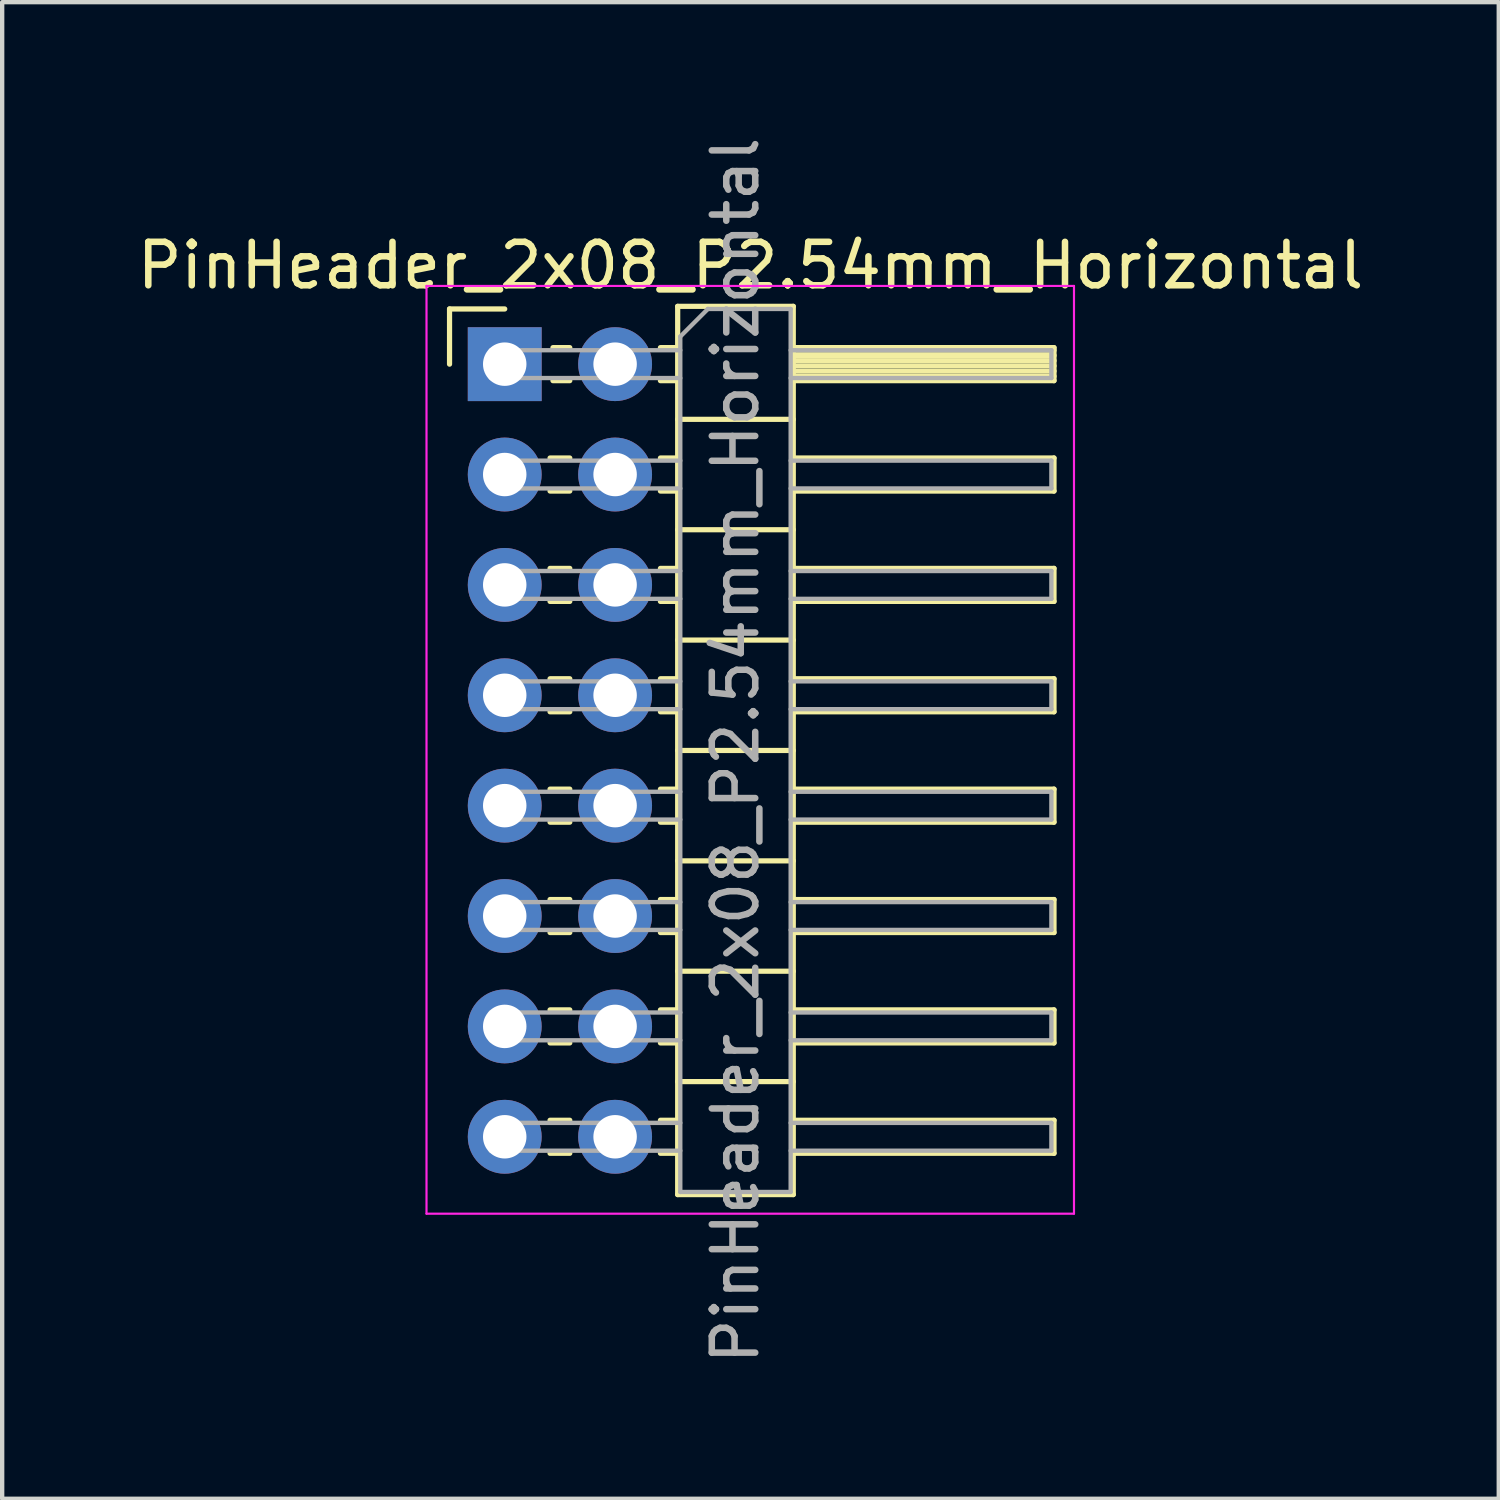
<source format=kicad_pcb>
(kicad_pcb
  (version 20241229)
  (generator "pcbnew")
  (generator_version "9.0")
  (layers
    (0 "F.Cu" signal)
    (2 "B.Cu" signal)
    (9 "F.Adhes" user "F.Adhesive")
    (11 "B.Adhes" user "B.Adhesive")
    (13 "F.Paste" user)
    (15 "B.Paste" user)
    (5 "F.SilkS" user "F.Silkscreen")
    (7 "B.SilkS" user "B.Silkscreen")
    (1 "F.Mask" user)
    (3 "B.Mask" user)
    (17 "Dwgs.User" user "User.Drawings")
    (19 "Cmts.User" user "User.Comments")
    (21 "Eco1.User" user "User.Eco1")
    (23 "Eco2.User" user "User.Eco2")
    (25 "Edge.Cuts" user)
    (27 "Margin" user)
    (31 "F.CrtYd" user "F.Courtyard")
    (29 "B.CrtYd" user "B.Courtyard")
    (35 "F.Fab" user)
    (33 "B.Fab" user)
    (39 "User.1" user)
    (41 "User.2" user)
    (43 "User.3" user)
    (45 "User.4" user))
  (footprint "PinHeader_2x08_P2.54mm_Horizontal"
    (layer "F.Cu")
    (at 9.835 14.22)
    (property "Reference" "PinHeader_2x08_P2.54mm_Horizontal" (at 4.385 -11.16 0) (layer "F.SilkS") (effects (font (size 1 1) (thickness 0.15))))
    (attr through_hole)
    (fp_line (start -2.54 -10.16) (end -1.27 -10.16) (stroke (width 0.12) (type solid)) (layer "F.SilkS"))
    (fp_line (start -2.54 -8.89) (end -2.54 -10.16) (stroke (width 0.12) (type solid)) (layer "F.SilkS"))
    (fp_line (start -0.227 -6.73) (end 0.227 -6.73) (stroke (width 0.12) (type solid)) (layer "F.SilkS"))
    (fp_line (start -0.227 -5.97) (end 0.227 -5.97) (stroke (width 0.12) (type solid)) (layer "F.SilkS"))
    (fp_line (start -0.227 -4.19) (end 0.227 -4.19) (stroke (width 0.12) (type solid)) (layer "F.SilkS"))
    (fp_line (start -0.227 -3.43) (end 0.227 -3.43) (stroke (width 0.12) (type solid)) (layer "F.SilkS"))
    (fp_line (start -0.227 -1.65) (end 0.227 -1.65) (stroke (width 0.12) (type solid)) (layer "F.SilkS"))
    (fp_line (start -0.227 -0.89) (end 0.227 -0.89) (stroke (width 0.12) (type solid)) (layer "F.SilkS"))
    (fp_line (start -0.227 0.89) (end 0.227 0.89) (stroke (width 0.12) (type solid)) (layer "F.SilkS"))
    (fp_line (start -0.227 1.65) (end 0.227 1.65) (stroke (width 0.12) (type solid)) (layer "F.SilkS"))
    (fp_line (start -0.227 3.43) (end 0.227 3.43) (stroke (width 0.12) (type solid)) (layer "F.SilkS"))
    (fp_line (start -0.227 4.19) (end 0.227 4.19) (stroke (width 0.12) (type solid)) (layer "F.SilkS"))
    (fp_line (start -0.227 5.97) (end 0.227 5.97) (stroke (width 0.12) (type solid)) (layer "F.SilkS"))
    (fp_line (start -0.227 6.73) (end 0.227 6.73) (stroke (width 0.12) (type solid)) (layer "F.SilkS"))
    (fp_line (start -0.227 8.51) (end 0.227 8.51) (stroke (width 0.12) (type solid)) (layer "F.SilkS"))
    (fp_line (start -0.227 9.27) (end 0.227 9.27) (stroke (width 0.12) (type solid)) (layer "F.SilkS"))
    (fp_line (start -0.16 -9.27) (end 0.227 -9.27) (stroke (width 0.12) (type solid)) (layer "F.SilkS"))
    (fp_line (start -0.16 -8.51) (end 0.227 -8.51) (stroke (width 0.12) (type solid)) (layer "F.SilkS"))
    (fp_line (start 2.313 -9.27) (end 2.71 -9.27) (stroke (width 0.12) (type solid)) (layer "F.SilkS"))
    (fp_line (start 2.313 -8.51) (end 2.71 -8.51) (stroke (width 0.12) (type solid)) (layer "F.SilkS"))
    (fp_line (start 2.313 -6.73) (end 2.71 -6.73) (stroke (width 0.12) (type solid)) (layer "F.SilkS"))
    (fp_line (start 2.313 -5.97) (end 2.71 -5.97) (stroke (width 0.12) (type solid)) (layer "F.SilkS"))
    (fp_line (start 2.313 -4.19) (end 2.71 -4.19) (stroke (width 0.12) (type solid)) (layer "F.SilkS"))
    (fp_line (start 2.313 -3.43) (end 2.71 -3.43) (stroke (width 0.12) (type solid)) (layer "F.SilkS"))
    (fp_line (start 2.313 -1.65) (end 2.71 -1.65) (stroke (width 0.12) (type solid)) (layer "F.SilkS"))
    (fp_line (start 2.313 -0.89) (end 2.71 -0.89) (stroke (width 0.12) (type solid)) (layer "F.SilkS"))
    (fp_line (start 2.313 0.89) (end 2.71 0.89) (stroke (width 0.12) (type solid)) (layer "F.SilkS"))
    (fp_line (start 2.313 1.65) (end 2.71 1.65) (stroke (width 0.12) (type solid)) (layer "F.SilkS"))
    (fp_line (start 2.313 3.43) (end 2.71 3.43) (stroke (width 0.12) (type solid)) (layer "F.SilkS"))
    (fp_line (start 2.313 4.19) (end 2.71 4.19) (stroke (width 0.12) (type solid)) (layer "F.SilkS"))
    (fp_line (start 2.313 5.97) (end 2.71 5.97) (stroke (width 0.12) (type solid)) (layer "F.SilkS"))
    (fp_line (start 2.313 6.73) (end 2.71 6.73) (stroke (width 0.12) (type solid)) (layer "F.SilkS"))
    (fp_line (start 2.313 8.51) (end 2.71 8.51) (stroke (width 0.12) (type solid)) (layer "F.SilkS"))
    (fp_line (start 2.313 9.27) (end 2.71 9.27) (stroke (width 0.12) (type solid)) (layer "F.SilkS"))
    (fp_line (start 2.71 -10.22) (end 2.71 10.22) (stroke (width 0.12) (type solid)) (layer "F.SilkS"))
    (fp_line (start 2.71 -7.62) (end 5.37 -7.62) (stroke (width 0.12) (type solid)) (layer "F.SilkS"))
    (fp_line (start 2.71 -5.08) (end 5.37 -5.08) (stroke (width 0.12) (type solid)) (layer "F.SilkS"))
    (fp_line (start 2.71 -2.54) (end 5.37 -2.54) (stroke (width 0.12) (type solid)) (layer "F.SilkS"))
    (fp_line (start 2.71 0) (end 5.37 0) (stroke (width 0.12) (type solid)) (layer "F.SilkS"))
    (fp_line (start 2.71 2.54) (end 5.37 2.54) (stroke (width 0.12) (type solid)) (layer "F.SilkS"))
    (fp_line (start 2.71 5.08) (end 5.37 5.08) (stroke (width 0.12) (type solid)) (layer "F.SilkS"))
    (fp_line (start 2.71 7.62) (end 5.37 7.62) (stroke (width 0.12) (type solid)) (layer "F.SilkS"))
    (fp_line (start 2.71 10.22) (end 5.37 10.22) (stroke (width 0.12) (type solid)) (layer "F.SilkS"))
    (fp_line (start 5.37 -10.22) (end 2.71 -10.22) (stroke (width 0.12) (type solid)) (layer "F.SilkS"))
    (fp_line (start 5.37 -9.27) (end 11.37 -9.27) (stroke (width 0.12) (type solid)) (layer "F.SilkS"))
    (fp_line (start 5.37 -9.21) (end 11.37 -9.21) (stroke (width 0.12) (type solid)) (layer "F.SilkS"))
    (fp_line (start 5.37 -9.09) (end 11.37 -9.09) (stroke (width 0.12) (type solid)) (layer "F.SilkS"))
    (fp_line (start 5.37 -8.97) (end 11.37 -8.97) (stroke (width 0.12) (type solid)) (layer "F.SilkS"))
    (fp_line (start 5.37 -8.85) (end 11.37 -8.85) (stroke (width 0.12) (type solid)) (layer "F.SilkS"))
    (fp_line (start 5.37 -8.73) (end 11.37 -8.73) (stroke (width 0.12) (type solid)) (layer "F.SilkS"))
    (fp_line (start 5.37 -8.61) (end 11.37 -8.61) (stroke (width 0.12) (type solid)) (layer "F.SilkS"))
    (fp_line (start 5.37 -6.73) (end 11.37 -6.73) (stroke (width 0.12) (type solid)) (layer "F.SilkS"))
    (fp_line (start 5.37 -4.19) (end 11.37 -4.19) (stroke (width 0.12) (type solid)) (layer "F.SilkS"))
    (fp_line (start 5.37 -1.65) (end 11.37 -1.65) (stroke (width 0.12) (type solid)) (layer "F.SilkS"))
    (fp_line (start 5.37 0.89) (end 11.37 0.89) (stroke (width 0.12) (type solid)) (layer "F.SilkS"))
    (fp_line (start 5.37 3.43) (end 11.37 3.43) (stroke (width 0.12) (type solid)) (layer "F.SilkS"))
    (fp_line (start 5.37 5.97) (end 11.37 5.97) (stroke (width 0.12) (type solid)) (layer "F.SilkS"))
    (fp_line (start 5.37 8.51) (end 11.37 8.51) (stroke (width 0.12) (type solid)) (layer "F.SilkS"))
    (fp_line (start 5.37 10.22) (end 5.37 -10.22) (stroke (width 0.12) (type solid)) (layer "F.SilkS"))
    (fp_line (start 11.37 -9.27) (end 11.37 -8.51) (stroke (width 0.12) (type solid)) (layer "F.SilkS"))
    (fp_line (start 11.37 -8.51) (end 5.37 -8.51) (stroke (width 0.12) (type solid)) (layer "F.SilkS"))
    (fp_line (start 11.37 -6.73) (end 11.37 -5.97) (stroke (width 0.12) (type solid)) (layer "F.SilkS"))
    (fp_line (start 11.37 -5.97) (end 5.37 -5.97) (stroke (width 0.12) (type solid)) (layer "F.SilkS"))
    (fp_line (start 11.37 -4.19) (end 11.37 -3.43) (stroke (width 0.12) (type solid)) (layer "F.SilkS"))
    (fp_line (start 11.37 -3.43) (end 5.37 -3.43) (stroke (width 0.12) (type solid)) (layer "F.SilkS"))
    (fp_line (start 11.37 -1.65) (end 11.37 -0.89) (stroke (width 0.12) (type solid)) (layer "F.SilkS"))
    (fp_line (start 11.37 -0.89) (end 5.37 -0.89) (stroke (width 0.12) (type solid)) (layer "F.SilkS"))
    (fp_line (start 11.37 0.89) (end 11.37 1.65) (stroke (width 0.12) (type solid)) (layer "F.SilkS"))
    (fp_line (start 11.37 1.65) (end 5.37 1.65) (stroke (width 0.12) (type solid)) (layer "F.SilkS"))
    (fp_line (start 11.37 3.43) (end 11.37 4.19) (stroke (width 0.12) (type solid)) (layer "F.SilkS"))
    (fp_line (start 11.37 4.19) (end 5.37 4.19) (stroke (width 0.12) (type solid)) (layer "F.SilkS"))
    (fp_line (start 11.37 5.97) (end 11.37 6.73) (stroke (width 0.12) (type solid)) (layer "F.SilkS"))
    (fp_line (start 11.37 6.73) (end 5.37 6.73) (stroke (width 0.12) (type solid)) (layer "F.SilkS"))
    (fp_line (start 11.37 8.51) (end 11.37 9.27) (stroke (width 0.12) (type solid)) (layer "F.SilkS"))
    (fp_line (start 11.37 9.27) (end 5.37 9.27) (stroke (width 0.12) (type solid)) (layer "F.SilkS"))
    (fp_line (start -3.07 -10.69) (end -3.07 10.66) (stroke (width 0.05) (type solid)) (layer "F.CrtYd"))
    (fp_line (start -3.07 10.66) (end 11.83 10.66) (stroke (width 0.05) (type solid)) (layer "F.CrtYd"))
    (fp_line (start 11.83 -10.69) (end -3.07 -10.69) (stroke (width 0.05) (type solid)) (layer "F.CrtYd"))
    (fp_line (start 11.83 10.66) (end 11.83 -10.69) (stroke (width 0.05) (type solid)) (layer "F.CrtYd"))
    (fp_line (start -1.59 -9.21) (end -1.59 -8.57) (stroke (width 0.1) (type solid)) (layer "F.Fab"))
    (fp_line (start -1.59 -9.21) (end 2.77 -9.21) (stroke (width 0.1) (type solid)) (layer "F.Fab"))
    (fp_line (start -1.59 -8.57) (end 2.77 -8.57) (stroke (width 0.1) (type solid)) (layer "F.Fab"))
    (fp_line (start -1.59 -6.67) (end -1.59 -6.03) (stroke (width 0.1) (type solid)) (layer "F.Fab"))
    (fp_line (start -1.59 -6.67) (end 2.77 -6.67) (stroke (width 0.1) (type solid)) (layer "F.Fab"))
    (fp_line (start -1.59 -6.03) (end 2.77 -6.03) (stroke (width 0.1) (type solid)) (layer "F.Fab"))
    (fp_line (start -1.59 -4.13) (end -1.59 -3.49) (stroke (width 0.1) (type solid)) (layer "F.Fab"))
    (fp_line (start -1.59 -4.13) (end 2.77 -4.13) (stroke (width 0.1) (type solid)) (layer "F.Fab"))
    (fp_line (start -1.59 -3.49) (end 2.77 -3.49) (stroke (width 0.1) (type solid)) (layer "F.Fab"))
    (fp_line (start -1.59 -1.59) (end -1.59 -0.95) (stroke (width 0.1) (type solid)) (layer "F.Fab"))
    (fp_line (start -1.59 -1.59) (end 2.77 -1.59) (stroke (width 0.1) (type solid)) (layer "F.Fab"))
    (fp_line (start -1.59 -0.95) (end 2.77 -0.95) (stroke (width 0.1) (type solid)) (layer "F.Fab"))
    (fp_line (start -1.59 0.95) (end -1.59 1.59) (stroke (width 0.1) (type solid)) (layer "F.Fab"))
    (fp_line (start -1.59 0.95) (end 2.77 0.95) (stroke (width 0.1) (type solid)) (layer "F.Fab"))
    (fp_line (start -1.59 1.59) (end 2.77 1.59) (stroke (width 0.1) (type solid)) (layer "F.Fab"))
    (fp_line (start -1.59 3.49) (end -1.59 4.13) (stroke (width 0.1) (type solid)) (layer "F.Fab"))
    (fp_line (start -1.59 3.49) (end 2.77 3.49) (stroke (width 0.1) (type solid)) (layer "F.Fab"))
    (fp_line (start -1.59 4.13) (end 2.77 4.13) (stroke (width 0.1) (type solid)) (layer "F.Fab"))
    (fp_line (start -1.59 6.03) (end -1.59 6.67) (stroke (width 0.1) (type solid)) (layer "F.Fab"))
    (fp_line (start -1.59 6.03) (end 2.77 6.03) (stroke (width 0.1) (type solid)) (layer "F.Fab"))
    (fp_line (start -1.59 6.67) (end 2.77 6.67) (stroke (width 0.1) (type solid)) (layer "F.Fab"))
    (fp_line (start -1.59 8.57) (end -1.59 9.21) (stroke (width 0.1) (type solid)) (layer "F.Fab"))
    (fp_line (start -1.59 8.57) (end 2.77 8.57) (stroke (width 0.1) (type solid)) (layer "F.Fab"))
    (fp_line (start -1.59 9.21) (end 2.77 9.21) (stroke (width 0.1) (type solid)) (layer "F.Fab"))
    (fp_line (start 2.77 -9.525) (end 3.405 -10.16) (stroke (width 0.1) (type solid)) (layer "F.Fab"))
    (fp_line (start 2.77 10.16) (end 2.77 -9.525) (stroke (width 0.1) (type solid)) (layer "F.Fab"))
    (fp_line (start 3.405 -10.16) (end 5.31 -10.16) (stroke (width 0.1) (type solid)) (layer "F.Fab"))
    (fp_line (start 5.31 -10.16) (end 5.31 10.16) (stroke (width 0.1) (type solid)) (layer "F.Fab"))
    (fp_line (start 5.31 -9.21) (end 11.31 -9.21) (stroke (width 0.1) (type solid)) (layer "F.Fab"))
    (fp_line (start 5.31 -8.57) (end 11.31 -8.57) (stroke (width 0.1) (type solid)) (layer "F.Fab"))
    (fp_line (start 5.31 -6.67) (end 11.31 -6.67) (stroke (width 0.1) (type solid)) (layer "F.Fab"))
    (fp_line (start 5.31 -6.03) (end 11.31 -6.03) (stroke (width 0.1) (type solid)) (layer "F.Fab"))
    (fp_line (start 5.31 -4.13) (end 11.31 -4.13) (stroke (width 0.1) (type solid)) (layer "F.Fab"))
    (fp_line (start 5.31 -3.49) (end 11.31 -3.49) (stroke (width 0.1) (type solid)) (layer "F.Fab"))
    (fp_line (start 5.31 -1.59) (end 11.31 -1.59) (stroke (width 0.1) (type solid)) (layer "F.Fab"))
    (fp_line (start 5.31 -0.95) (end 11.31 -0.95) (stroke (width 0.1) (type solid)) (layer "F.Fab"))
    (fp_line (start 5.31 0.95) (end 11.31 0.95) (stroke (width 0.1) (type solid)) (layer "F.Fab"))
    (fp_line (start 5.31 1.59) (end 11.31 1.59) (stroke (width 0.1) (type solid)) (layer "F.Fab"))
    (fp_line (start 5.31 3.49) (end 11.31 3.49) (stroke (width 0.1) (type solid)) (layer "F.Fab"))
    (fp_line (start 5.31 4.13) (end 11.31 4.13) (stroke (width 0.1) (type solid)) (layer "F.Fab"))
    (fp_line (start 5.31 6.03) (end 11.31 6.03) (stroke (width 0.1) (type solid)) (layer "F.Fab"))
    (fp_line (start 5.31 6.67) (end 11.31 6.67) (stroke (width 0.1) (type solid)) (layer "F.Fab"))
    (fp_line (start 5.31 8.57) (end 11.31 8.57) (stroke (width 0.1) (type solid)) (layer "F.Fab"))
    (fp_line (start 5.31 9.21) (end 11.31 9.21) (stroke (width 0.1) (type solid)) (layer "F.Fab"))
    (fp_line (start 5.31 10.16) (end 2.77 10.16) (stroke (width 0.1) (type solid)) (layer "F.Fab"))
    (fp_line (start 11.31 -9.21) (end 11.31 -8.57) (stroke (width 0.1) (type solid)) (layer "F.Fab"))
    (fp_line (start 11.31 -6.67) (end 11.31 -6.03) (stroke (width 0.1) (type solid)) (layer "F.Fab"))
    (fp_line (start 11.31 -4.13) (end 11.31 -3.49) (stroke (width 0.1) (type solid)) (layer "F.Fab"))
    (fp_line (start 11.31 -1.59) (end 11.31 -0.95) (stroke (width 0.1) (type solid)) (layer "F.Fab"))
    (fp_line (start 11.31 0.95) (end 11.31 1.59) (stroke (width 0.1) (type solid)) (layer "F.Fab"))
    (fp_line (start 11.31 3.49) (end 11.31 4.13) (stroke (width 0.1) (type solid)) (layer "F.Fab"))
    (fp_line (start 11.31 6.03) (end 11.31 6.67) (stroke (width 0.1) (type solid)) (layer "F.Fab"))
    (fp_line (start 11.31 8.57) (end 11.31 9.21) (stroke (width 0.1) (type solid)) (layer "F.Fab"))
    (fp_text user "${REFERENCE}" (at 4.04 0 90) (layer "F.Fab") (effects (font (size 1 1) (thickness 0.15))))
    (pad "1" thru_hole rect (at -1.27 -8.89) (size 1.7 1.7) (drill 1) (layers "*.Cu" "*.Mask"))
    (pad "2" thru_hole oval (at 1.27 -8.89) (size 1.7 1.7) (drill 1) (layers "*.Cu" "*.Mask"))
    (pad "3" thru_hole oval (at -1.27 -6.35) (size 1.7 1.7) (drill 1) (layers "*.Cu" "*.Mask"))
    (pad "4" thru_hole oval (at 1.27 -6.35) (size 1.7 1.7) (drill 1) (layers "*.Cu" "*.Mask"))
    (pad "5" thru_hole oval (at -1.27 -3.81) (size 1.7 1.7) (drill 1) (layers "*.Cu" "*.Mask"))
    (pad "6" thru_hole oval (at 1.27 -3.81) (size 1.7 1.7) (drill 1) (layers "*.Cu" "*.Mask"))
    (pad "7" thru_hole oval (at -1.27 -1.27) (size 1.7 1.7) (drill 1) (layers "*.Cu" "*.Mask"))
    (pad "8" thru_hole oval (at 1.27 -1.27) (size 1.7 1.7) (drill 1) (layers "*.Cu" "*.Mask"))
    (pad "9" thru_hole oval (at -1.27 1.27) (size 1.7 1.7) (drill 1) (layers "*.Cu" "*.Mask"))
    (pad "10" thru_hole oval (at 1.27 1.27) (size 1.7 1.7) (drill 1) (layers "*.Cu" "*.Mask"))
    (pad "11" thru_hole oval (at -1.27 3.81) (size 1.7 1.7) (drill 1) (layers "*.Cu" "*.Mask"))
    (pad "12" thru_hole oval (at 1.27 3.81) (size 1.7 1.7) (drill 1) (layers "*.Cu" "*.Mask"))
    (pad "13" thru_hole oval (at -1.27 6.35) (size 1.7 1.7) (drill 1) (layers "*.Cu" "*.Mask"))
    (pad "14" thru_hole oval (at 1.27 6.35) (size 1.7 1.7) (drill 1) (layers "*.Cu" "*.Mask"))
    (pad "15" thru_hole oval (at -1.27 8.89) (size 1.7 1.7) (drill 1) (layers "*.Cu" "*.Mask"))
    (pad "16" thru_hole oval (at 1.27 8.89) (size 1.7 1.7) (drill 1) (layers "*.Cu" "*.Mask")))
  (gr_rect
    (start -3 -3)
    (end 31.44 31.44)
    (stroke (width 0.1) (type default))
    (fill no)
    (layer "Edge.Cuts")))
</source>
